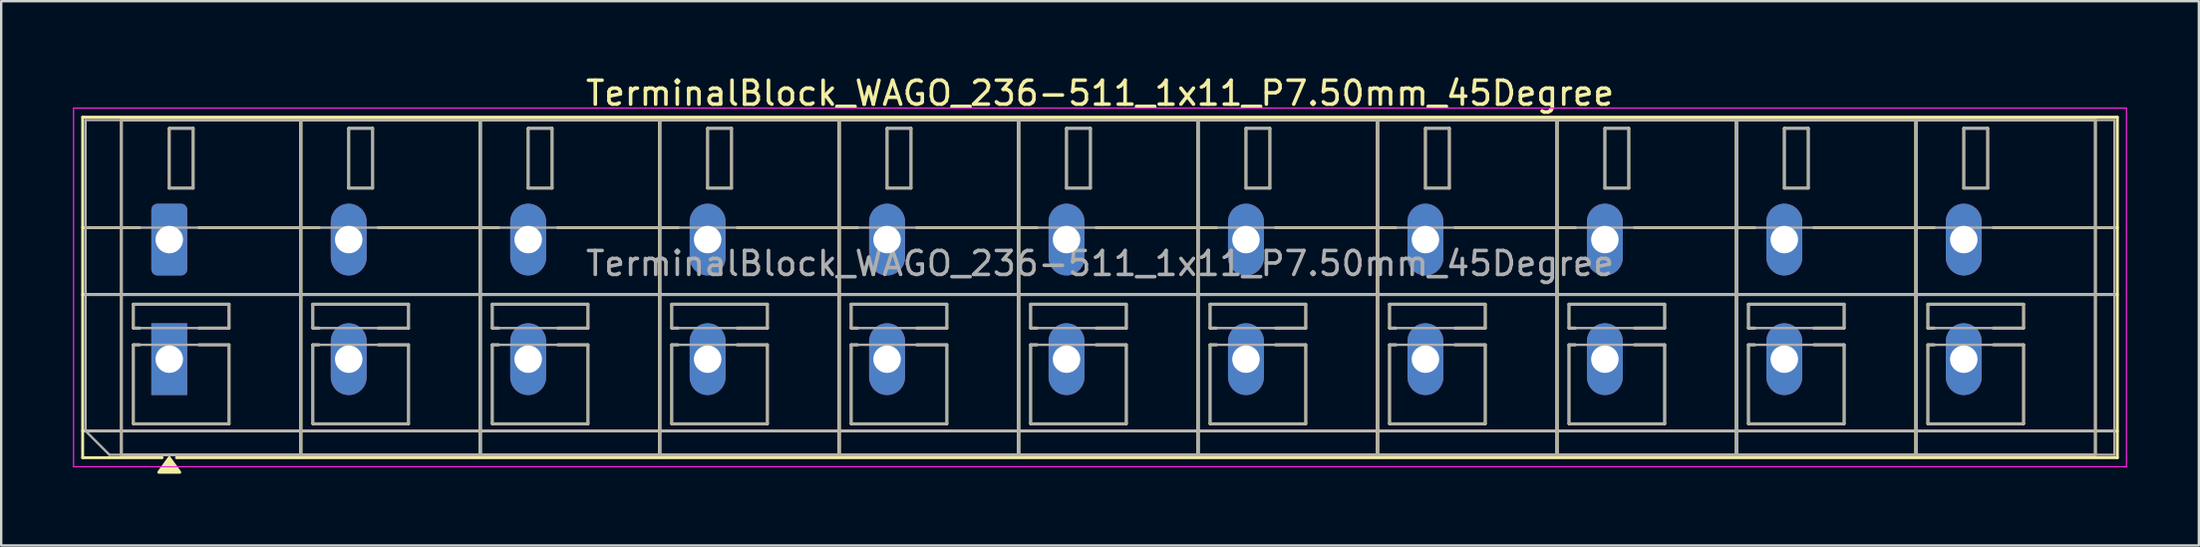
<source format=kicad_pcb>
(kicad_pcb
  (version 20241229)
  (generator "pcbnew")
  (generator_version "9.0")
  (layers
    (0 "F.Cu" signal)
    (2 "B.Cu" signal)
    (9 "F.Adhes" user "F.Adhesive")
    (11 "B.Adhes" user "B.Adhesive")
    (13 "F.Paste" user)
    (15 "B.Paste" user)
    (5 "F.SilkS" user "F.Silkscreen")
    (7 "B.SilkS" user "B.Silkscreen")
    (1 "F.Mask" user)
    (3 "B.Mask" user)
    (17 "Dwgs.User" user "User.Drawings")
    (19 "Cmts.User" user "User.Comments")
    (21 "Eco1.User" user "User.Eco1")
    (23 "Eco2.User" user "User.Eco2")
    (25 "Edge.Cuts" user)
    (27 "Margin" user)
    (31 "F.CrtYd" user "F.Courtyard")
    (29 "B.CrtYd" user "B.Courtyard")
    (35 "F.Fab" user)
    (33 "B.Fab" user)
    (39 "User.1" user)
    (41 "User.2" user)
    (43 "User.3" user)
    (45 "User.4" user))
  (footprint "TerminalBlock_WAGO_236-511_1x11_P7.50mm_45Degree"
    (layer "F.Cu")
    (at 4.025 6.968)
    (property "Reference" "TerminalBlock_WAGO_236-511_1x11_P7.50mm_45Degree" (at 38.9 -6.12 0) (layer "F.SilkS") (effects (font (size 1 1) (thickness 0.15))))
    (attr through_hole)
    (fp_line (start -3.62 -5.12) (end -3.62 9.12) (stroke (width 0.12) (type solid)) (layer "F.SilkS"))
    (fp_line (start -3.62 -5.12) (end 81.42 -5.12) (stroke (width 0.12) (type solid)) (layer "F.SilkS"))
    (fp_line (start -3.62 -0.5) (end -1.23 -0.5) (stroke (width 0.12) (type solid)) (layer "F.SilkS"))
    (fp_line (start -3.62 2.3) (end 81.42 2.3) (stroke (width 0.12) (type solid)) (layer "F.SilkS"))
    (fp_line (start -3.62 8) (end 81.42 8) (stroke (width 0.12) (type solid)) (layer "F.SilkS"))
    (fp_line (start -3.62 9.12) (end -0.3 9.12) (stroke (width 0.12) (type solid)) (layer "F.SilkS"))
    (fp_line (start -2 -5) (end -2 9) (stroke (width 0.12) (type solid)) (layer "F.SilkS"))
    (fp_line (start -2 -5) (end 5.5 -5) (stroke (width 0.12) (type solid)) (layer "F.SilkS"))
    (fp_line (start -2 9) (end 5.5 9) (stroke (width 0.12) (type solid)) (layer "F.SilkS"))
    (fp_line (start -1.5 2.7) (end -1.5 3.7) (stroke (width 0.12) (type solid)) (layer "F.SilkS"))
    (fp_line (start -1.5 2.7) (end 2.5 2.7) (stroke (width 0.12) (type solid)) (layer "F.SilkS"))
    (fp_line (start -1.5 3.7) (end -1.23 3.7) (stroke (width 0.12) (type solid)) (layer "F.SilkS"))
    (fp_line (start -1.5 4.4) (end -1.5 7.7) (stroke (width 0.12) (type solid)) (layer "F.SilkS"))
    (fp_line (start -1.5 4.4) (end -1.23 4.4) (stroke (width 0.12) (type solid)) (layer "F.SilkS"))
    (fp_line (start -1.5 7.7) (end 2.5 7.7) (stroke (width 0.12) (type solid)) (layer "F.SilkS"))
    (fp_line (start 0 -4.65) (end 0 -2.15) (stroke (width 0.12) (type solid)) (layer "F.SilkS"))
    (fp_line (start 0 -4.65) (end 1 -4.65) (stroke (width 0.12) (type solid)) (layer "F.SilkS"))
    (fp_line (start 0 -2.15) (end 1 -2.15) (stroke (width 0.12) (type solid)) (layer "F.SilkS"))
    (fp_line (start 0.3 9.12) (end 81.42 9.12) (stroke (width 0.12) (type solid)) (layer "F.SilkS"))
    (fp_line (start 1 -4.65) (end 1 -2.15) (stroke (width 0.12) (type solid)) (layer "F.SilkS"))
    (fp_line (start 1.23 -0.5) (end 6.27 -0.5) (stroke (width 0.12) (type solid)) (layer "F.SilkS"))
    (fp_line (start 1.23 3.7) (end 2.5 3.7) (stroke (width 0.12) (type solid)) (layer "F.SilkS"))
    (fp_line (start 1.23 4.4) (end 2.5 4.4) (stroke (width 0.12) (type solid)) (layer "F.SilkS"))
    (fp_line (start 2.5 2.7) (end 2.5 3.7) (stroke (width 0.12) (type solid)) (layer "F.SilkS"))
    (fp_line (start 2.5 4.4) (end 2.5 7.7) (stroke (width 0.12) (type solid)) (layer "F.SilkS"))
    (fp_line (start 5.5 -5) (end 5.5 9) (stroke (width 0.12) (type solid)) (layer "F.SilkS"))
    (fp_line (start 5.5 -5) (end 5.5 9) (stroke (width 0.12) (type solid)) (layer "F.SilkS"))
    (fp_line (start 5.5 -5) (end 13 -5) (stroke (width 0.12) (type solid)) (layer "F.SilkS"))
    (fp_line (start 5.5 9) (end 13 9) (stroke (width 0.12) (type solid)) (layer "F.SilkS"))
    (fp_line (start 6 2.7) (end 6 3.7) (stroke (width 0.12) (type solid)) (layer "F.SilkS"))
    (fp_line (start 6 2.7) (end 10 2.7) (stroke (width 0.12) (type solid)) (layer "F.SilkS"))
    (fp_line (start 6 3.7) (end 6.27 3.7) (stroke (width 0.12) (type solid)) (layer "F.SilkS"))
    (fp_line (start 6 4.4) (end 6 7.7) (stroke (width 0.12) (type solid)) (layer "F.SilkS"))
    (fp_line (start 6 4.4) (end 6.27 4.4) (stroke (width 0.12) (type solid)) (layer "F.SilkS"))
    (fp_line (start 6 7.7) (end 10 7.7) (stroke (width 0.12) (type solid)) (layer "F.SilkS"))
    (fp_line (start 7.5 -4.65) (end 7.5 -2.15) (stroke (width 0.12) (type solid)) (layer "F.SilkS"))
    (fp_line (start 7.5 -4.65) (end 8.5 -4.65) (stroke (width 0.12) (type solid)) (layer "F.SilkS"))
    (fp_line (start 7.5 -2.15) (end 8.5 -2.15) (stroke (width 0.12) (type solid)) (layer "F.SilkS"))
    (fp_line (start 8.5 -4.65) (end 8.5 -2.15) (stroke (width 0.12) (type solid)) (layer "F.SilkS"))
    (fp_line (start 8.73 -0.5) (end 13.77 -0.5) (stroke (width 0.12) (type solid)) (layer "F.SilkS"))
    (fp_line (start 8.73 3.7) (end 10 3.7) (stroke (width 0.12) (type solid)) (layer "F.SilkS"))
    (fp_line (start 8.73 4.4) (end 10 4.4) (stroke (width 0.12) (type solid)) (layer "F.SilkS"))
    (fp_line (start 10 2.7) (end 10 3.7) (stroke (width 0.12) (type solid)) (layer "F.SilkS"))
    (fp_line (start 10 4.4) (end 10 7.7) (stroke (width 0.12) (type solid)) (layer "F.SilkS"))
    (fp_line (start 13 -5) (end 13 9) (stroke (width 0.12) (type solid)) (layer "F.SilkS"))
    (fp_line (start 13 -5) (end 13 9) (stroke (width 0.12) (type solid)) (layer "F.SilkS"))
    (fp_line (start 13 -5) (end 20.5 -5) (stroke (width 0.12) (type solid)) (layer "F.SilkS"))
    (fp_line (start 13 9) (end 20.5 9) (stroke (width 0.12) (type solid)) (layer "F.SilkS"))
    (fp_line (start 13.5 2.7) (end 13.5 3.7) (stroke (width 0.12) (type solid)) (layer "F.SilkS"))
    (fp_line (start 13.5 2.7) (end 17.5 2.7) (stroke (width 0.12) (type solid)) (layer "F.SilkS"))
    (fp_line (start 13.5 3.7) (end 13.77 3.7) (stroke (width 0.12) (type solid)) (layer "F.SilkS"))
    (fp_line (start 13.5 4.4) (end 13.5 7.7) (stroke (width 0.12) (type solid)) (layer "F.SilkS"))
    (fp_line (start 13.5 4.4) (end 13.77 4.4) (stroke (width 0.12) (type solid)) (layer "F.SilkS"))
    (fp_line (start 13.5 7.7) (end 17.5 7.7) (stroke (width 0.12) (type solid)) (layer "F.SilkS"))
    (fp_line (start 15 -4.65) (end 15 -2.15) (stroke (width 0.12) (type solid)) (layer "F.SilkS"))
    (fp_line (start 15 -4.65) (end 16 -4.65) (stroke (width 0.12) (type solid)) (layer "F.SilkS"))
    (fp_line (start 15 -2.15) (end 16 -2.15) (stroke (width 0.12) (type solid)) (layer "F.SilkS"))
    (fp_line (start 16 -4.65) (end 16 -2.15) (stroke (width 0.12) (type solid)) (layer "F.SilkS"))
    (fp_line (start 16.23 -0.5) (end 21.27 -0.5) (stroke (width 0.12) (type solid)) (layer "F.SilkS"))
    (fp_line (start 16.23 3.7) (end 17.5 3.7) (stroke (width 0.12) (type solid)) (layer "F.SilkS"))
    (fp_line (start 16.23 4.4) (end 17.5 4.4) (stroke (width 0.12) (type solid)) (layer "F.SilkS"))
    (fp_line (start 17.5 2.7) (end 17.5 3.7) (stroke (width 0.12) (type solid)) (layer "F.SilkS"))
    (fp_line (start 17.5 4.4) (end 17.5 7.7) (stroke (width 0.12) (type solid)) (layer "F.SilkS"))
    (fp_line (start 20.5 -5) (end 20.5 9) (stroke (width 0.12) (type solid)) (layer "F.SilkS"))
    (fp_line (start 20.5 -5) (end 20.5 9) (stroke (width 0.12) (type solid)) (layer "F.SilkS"))
    (fp_line (start 20.5 -5) (end 28 -5) (stroke (width 0.12) (type solid)) (layer "F.SilkS"))
    (fp_line (start 20.5 9) (end 28 9) (stroke (width 0.12) (type solid)) (layer "F.SilkS"))
    (fp_line (start 21 2.7) (end 21 3.7) (stroke (width 0.12) (type solid)) (layer "F.SilkS"))
    (fp_line (start 21 2.7) (end 25 2.7) (stroke (width 0.12) (type solid)) (layer "F.SilkS"))
    (fp_line (start 21 3.7) (end 21.27 3.7) (stroke (width 0.12) (type solid)) (layer "F.SilkS"))
    (fp_line (start 21 4.4) (end 21 7.7) (stroke (width 0.12) (type solid)) (layer "F.SilkS"))
    (fp_line (start 21 4.4) (end 21.27 4.4) (stroke (width 0.12) (type solid)) (layer "F.SilkS"))
    (fp_line (start 21 7.7) (end 25 7.7) (stroke (width 0.12) (type solid)) (layer "F.SilkS"))
    (fp_line (start 22.5 -4.65) (end 22.5 -2.15) (stroke (width 0.12) (type solid)) (layer "F.SilkS"))
    (fp_line (start 22.5 -4.65) (end 23.5 -4.65) (stroke (width 0.12) (type solid)) (layer "F.SilkS"))
    (fp_line (start 22.5 -2.15) (end 23.5 -2.15) (stroke (width 0.12) (type solid)) (layer "F.SilkS"))
    (fp_line (start 23.5 -4.65) (end 23.5 -2.15) (stroke (width 0.12) (type solid)) (layer "F.SilkS"))
    (fp_line (start 23.73 -0.5) (end 28.77 -0.5) (stroke (width 0.12) (type solid)) (layer "F.SilkS"))
    (fp_line (start 23.73 3.7) (end 25 3.7) (stroke (width 0.12) (type solid)) (layer "F.SilkS"))
    (fp_line (start 23.73 4.4) (end 25 4.4) (stroke (width 0.12) (type solid)) (layer "F.SilkS"))
    (fp_line (start 25 2.7) (end 25 3.7) (stroke (width 0.12) (type solid)) (layer "F.SilkS"))
    (fp_line (start 25 4.4) (end 25 7.7) (stroke (width 0.12) (type solid)) (layer "F.SilkS"))
    (fp_line (start 28 -5) (end 28 9) (stroke (width 0.12) (type solid)) (layer "F.SilkS"))
    (fp_line (start 28 -5) (end 28 9) (stroke (width 0.12) (type solid)) (layer "F.SilkS"))
    (fp_line (start 28 -5) (end 35.5 -5) (stroke (width 0.12) (type solid)) (layer "F.SilkS"))
    (fp_line (start 28 9) (end 35.5 9) (stroke (width 0.12) (type solid)) (layer "F.SilkS"))
    (fp_line (start 28.5 2.7) (end 28.5 3.7) (stroke (width 0.12) (type solid)) (layer "F.SilkS"))
    (fp_line (start 28.5 2.7) (end 32.5 2.7) (stroke (width 0.12) (type solid)) (layer "F.SilkS"))
    (fp_line (start 28.5 3.7) (end 28.77 3.7) (stroke (width 0.12) (type solid)) (layer "F.SilkS"))
    (fp_line (start 28.5 4.4) (end 28.5 7.7) (stroke (width 0.12) (type solid)) (layer "F.SilkS"))
    (fp_line (start 28.5 4.4) (end 28.77 4.4) (stroke (width 0.12) (type solid)) (layer "F.SilkS"))
    (fp_line (start 28.5 7.7) (end 32.5 7.7) (stroke (width 0.12) (type solid)) (layer "F.SilkS"))
    (fp_line (start 30 -4.65) (end 30 -2.15) (stroke (width 0.12) (type solid)) (layer "F.SilkS"))
    (fp_line (start 30 -4.65) (end 31 -4.65) (stroke (width 0.12) (type solid)) (layer "F.SilkS"))
    (fp_line (start 30 -2.15) (end 31 -2.15) (stroke (width 0.12) (type solid)) (layer "F.SilkS"))
    (fp_line (start 31 -4.65) (end 31 -2.15) (stroke (width 0.12) (type solid)) (layer "F.SilkS"))
    (fp_line (start 31.23 -0.5) (end 36.27 -0.5) (stroke (width 0.12) (type solid)) (layer "F.SilkS"))
    (fp_line (start 31.23 3.7) (end 32.5 3.7) (stroke (width 0.12) (type solid)) (layer "F.SilkS"))
    (fp_line (start 31.23 4.4) (end 32.5 4.4) (stroke (width 0.12) (type solid)) (layer "F.SilkS"))
    (fp_line (start 32.5 2.7) (end 32.5 3.7) (stroke (width 0.12) (type solid)) (layer "F.SilkS"))
    (fp_line (start 32.5 4.4) (end 32.5 7.7) (stroke (width 0.12) (type solid)) (layer "F.SilkS"))
    (fp_line (start 35.5 -5) (end 35.5 9) (stroke (width 0.12) (type solid)) (layer "F.SilkS"))
    (fp_line (start 35.5 -5) (end 35.5 9) (stroke (width 0.12) (type solid)) (layer "F.SilkS"))
    (fp_line (start 35.5 -5) (end 43 -5) (stroke (width 0.12) (type solid)) (layer "F.SilkS"))
    (fp_line (start 35.5 9) (end 43 9) (stroke (width 0.12) (type solid)) (layer "F.SilkS"))
    (fp_line (start 36 2.7) (end 36 3.7) (stroke (width 0.12) (type solid)) (layer "F.SilkS"))
    (fp_line (start 36 2.7) (end 40 2.7) (stroke (width 0.12) (type solid)) (layer "F.SilkS"))
    (fp_line (start 36 3.7) (end 36.27 3.7) (stroke (width 0.12) (type solid)) (layer "F.SilkS"))
    (fp_line (start 36 4.4) (end 36 7.7) (stroke (width 0.12) (type solid)) (layer "F.SilkS"))
    (fp_line (start 36 4.4) (end 36.27 4.4) (stroke (width 0.12) (type solid)) (layer "F.SilkS"))
    (fp_line (start 36 7.7) (end 40 7.7) (stroke (width 0.12) (type solid)) (layer "F.SilkS"))
    (fp_line (start 37.5 -4.65) (end 37.5 -2.15) (stroke (width 0.12) (type solid)) (layer "F.SilkS"))
    (fp_line (start 37.5 -4.65) (end 38.5 -4.65) (stroke (width 0.12) (type solid)) (layer "F.SilkS"))
    (fp_line (start 37.5 -2.15) (end 38.5 -2.15) (stroke (width 0.12) (type solid)) (layer "F.SilkS"))
    (fp_line (start 38.5 -4.65) (end 38.5 -2.15) (stroke (width 0.12) (type solid)) (layer "F.SilkS"))
    (fp_line (start 38.73 -0.5) (end 43.77 -0.5) (stroke (width 0.12) (type solid)) (layer "F.SilkS"))
    (fp_line (start 38.73 3.7) (end 40 3.7) (stroke (width 0.12) (type solid)) (layer "F.SilkS"))
    (fp_line (start 38.73 4.4) (end 40 4.4) (stroke (width 0.12) (type solid)) (layer "F.SilkS"))
    (fp_line (start 40 2.7) (end 40 3.7) (stroke (width 0.12) (type solid)) (layer "F.SilkS"))
    (fp_line (start 40 4.4) (end 40 7.7) (stroke (width 0.12) (type solid)) (layer "F.SilkS"))
    (fp_line (start 43 -5) (end 43 9) (stroke (width 0.12) (type solid)) (layer "F.SilkS"))
    (fp_line (start 43 -5) (end 43 9) (stroke (width 0.12) (type solid)) (layer "F.SilkS"))
    (fp_line (start 43 -5) (end 50.5 -5) (stroke (width 0.12) (type solid)) (layer "F.SilkS"))
    (fp_line (start 43 9) (end 50.5 9) (stroke (width 0.12) (type solid)) (layer "F.SilkS"))
    (fp_line (start 43.5 2.7) (end 43.5 3.7) (stroke (width 0.12) (type solid)) (layer "F.SilkS"))
    (fp_line (start 43.5 2.7) (end 47.5 2.7) (stroke (width 0.12) (type solid)) (layer "F.SilkS"))
    (fp_line (start 43.5 3.7) (end 43.77 3.7) (stroke (width 0.12) (type solid)) (layer "F.SilkS"))
    (fp_line (start 43.5 4.4) (end 43.5 7.7) (stroke (width 0.12) (type solid)) (layer "F.SilkS"))
    (fp_line (start 43.5 4.4) (end 43.77 4.4) (stroke (width 0.12) (type solid)) (layer "F.SilkS"))
    (fp_line (start 43.5 7.7) (end 47.5 7.7) (stroke (width 0.12) (type solid)) (layer "F.SilkS"))
    (fp_line (start 45 -4.65) (end 45 -2.15) (stroke (width 0.12) (type solid)) (layer "F.SilkS"))
    (fp_line (start 45 -4.65) (end 46 -4.65) (stroke (width 0.12) (type solid)) (layer "F.SilkS"))
    (fp_line (start 45 -2.15) (end 46 -2.15) (stroke (width 0.12) (type solid)) (layer "F.SilkS"))
    (fp_line (start 46 -4.65) (end 46 -2.15) (stroke (width 0.12) (type solid)) (layer "F.SilkS"))
    (fp_line (start 46.23 -0.5) (end 51.27 -0.5) (stroke (width 0.12) (type solid)) (layer "F.SilkS"))
    (fp_line (start 46.23 3.7) (end 47.5 3.7) (stroke (width 0.12) (type solid)) (layer "F.SilkS"))
    (fp_line (start 46.23 4.4) (end 47.5 4.4) (stroke (width 0.12) (type solid)) (layer "F.SilkS"))
    (fp_line (start 47.5 2.7) (end 47.5 3.7) (stroke (width 0.12) (type solid)) (layer "F.SilkS"))
    (fp_line (start 47.5 4.4) (end 47.5 7.7) (stroke (width 0.12) (type solid)) (layer "F.SilkS"))
    (fp_line (start 50.5 -5) (end 50.5 9) (stroke (width 0.12) (type solid)) (layer "F.SilkS"))
    (fp_line (start 50.5 -5) (end 50.5 9) (stroke (width 0.12) (type solid)) (layer "F.SilkS"))
    (fp_line (start 50.5 -5) (end 58 -5) (stroke (width 0.12) (type solid)) (layer "F.SilkS"))
    (fp_line (start 50.5 9) (end 58 9) (stroke (width 0.12) (type solid)) (layer "F.SilkS"))
    (fp_line (start 51 2.7) (end 51 3.7) (stroke (width 0.12) (type solid)) (layer "F.SilkS"))
    (fp_line (start 51 2.7) (end 55 2.7) (stroke (width 0.12) (type solid)) (layer "F.SilkS"))
    (fp_line (start 51 3.7) (end 51.27 3.7) (stroke (width 0.12) (type solid)) (layer "F.SilkS"))
    (fp_line (start 51 4.4) (end 51 7.7) (stroke (width 0.12) (type solid)) (layer "F.SilkS"))
    (fp_line (start 51 4.4) (end 51.27 4.4) (stroke (width 0.12) (type solid)) (layer "F.SilkS"))
    (fp_line (start 51 7.7) (end 55 7.7) (stroke (width 0.12) (type solid)) (layer "F.SilkS"))
    (fp_line (start 52.5 -4.65) (end 52.5 -2.15) (stroke (width 0.12) (type solid)) (layer "F.SilkS"))
    (fp_line (start 52.5 -4.65) (end 53.5 -4.65) (stroke (width 0.12) (type solid)) (layer "F.SilkS"))
    (fp_line (start 52.5 -2.15) (end 53.5 -2.15) (stroke (width 0.12) (type solid)) (layer "F.SilkS"))
    (fp_line (start 53.5 -4.65) (end 53.5 -2.15) (stroke (width 0.12) (type solid)) (layer "F.SilkS"))
    (fp_line (start 53.73 -0.5) (end 58.77 -0.5) (stroke (width 0.12) (type solid)) (layer "F.SilkS"))
    (fp_line (start 53.73 3.7) (end 55 3.7) (stroke (width 0.12) (type solid)) (layer "F.SilkS"))
    (fp_line (start 53.73 4.4) (end 55 4.4) (stroke (width 0.12) (type solid)) (layer "F.SilkS"))
    (fp_line (start 55 2.7) (end 55 3.7) (stroke (width 0.12) (type solid)) (layer "F.SilkS"))
    (fp_line (start 55 4.4) (end 55 7.7) (stroke (width 0.12) (type solid)) (layer "F.SilkS"))
    (fp_line (start 58 -5) (end 58 9) (stroke (width 0.12) (type solid)) (layer "F.SilkS"))
    (fp_line (start 58 -5) (end 58 9) (stroke (width 0.12) (type solid)) (layer "F.SilkS"))
    (fp_line (start 58 -5) (end 65.5 -5) (stroke (width 0.12) (type solid)) (layer "F.SilkS"))
    (fp_line (start 58 9) (end 65.5 9) (stroke (width 0.12) (type solid)) (layer "F.SilkS"))
    (fp_line (start 58.5 2.7) (end 58.5 3.7) (stroke (width 0.12) (type solid)) (layer "F.SilkS"))
    (fp_line (start 58.5 2.7) (end 62.5 2.7) (stroke (width 0.12) (type solid)) (layer "F.SilkS"))
    (fp_line (start 58.5 3.7) (end 58.77 3.7) (stroke (width 0.12) (type solid)) (layer "F.SilkS"))
    (fp_line (start 58.5 4.4) (end 58.5 7.7) (stroke (width 0.12) (type solid)) (layer "F.SilkS"))
    (fp_line (start 58.5 4.4) (end 58.77 4.4) (stroke (width 0.12) (type solid)) (layer "F.SilkS"))
    (fp_line (start 58.5 7.7) (end 62.5 7.7) (stroke (width 0.12) (type solid)) (layer "F.SilkS"))
    (fp_line (start 60 -4.65) (end 60 -2.15) (stroke (width 0.12) (type solid)) (layer "F.SilkS"))
    (fp_line (start 60 -4.65) (end 61 -4.65) (stroke (width 0.12) (type solid)) (layer "F.SilkS"))
    (fp_line (start 60 -2.15) (end 61 -2.15) (stroke (width 0.12) (type solid)) (layer "F.SilkS"))
    (fp_line (start 61 -4.65) (end 61 -2.15) (stroke (width 0.12) (type solid)) (layer "F.SilkS"))
    (fp_line (start 61.23 -0.5) (end 66.27 -0.5) (stroke (width 0.12) (type solid)) (layer "F.SilkS"))
    (fp_line (start 61.23 3.7) (end 62.5 3.7) (stroke (width 0.12) (type solid)) (layer "F.SilkS"))
    (fp_line (start 61.23 4.4) (end 62.5 4.4) (stroke (width 0.12) (type solid)) (layer "F.SilkS"))
    (fp_line (start 62.5 2.7) (end 62.5 3.7) (stroke (width 0.12) (type solid)) (layer "F.SilkS"))
    (fp_line (start 62.5 4.4) (end 62.5 7.7) (stroke (width 0.12) (type solid)) (layer "F.SilkS"))
    (fp_line (start 65.5 -5) (end 65.5 9) (stroke (width 0.12) (type solid)) (layer "F.SilkS"))
    (fp_line (start 65.5 -5) (end 65.5 9) (stroke (width 0.12) (type solid)) (layer "F.SilkS"))
    (fp_line (start 65.5 -5) (end 73 -5) (stroke (width 0.12) (type solid)) (layer "F.SilkS"))
    (fp_line (start 65.5 9) (end 73 9) (stroke (width 0.12) (type solid)) (layer "F.SilkS"))
    (fp_line (start 66 2.7) (end 66 3.7) (stroke (width 0.12) (type solid)) (layer "F.SilkS"))
    (fp_line (start 66 2.7) (end 70 2.7) (stroke (width 0.12) (type solid)) (layer "F.SilkS"))
    (fp_line (start 66 3.7) (end 66.27 3.7) (stroke (width 0.12) (type solid)) (layer "F.SilkS"))
    (fp_line (start 66 4.4) (end 66 7.7) (stroke (width 0.12) (type solid)) (layer "F.SilkS"))
    (fp_line (start 66 4.4) (end 66.27 4.4) (stroke (width 0.12) (type solid)) (layer "F.SilkS"))
    (fp_line (start 66 7.7) (end 70 7.7) (stroke (width 0.12) (type solid)) (layer "F.SilkS"))
    (fp_line (start 67.5 -4.65) (end 67.5 -2.15) (stroke (width 0.12) (type solid)) (layer "F.SilkS"))
    (fp_line (start 67.5 -4.65) (end 68.5 -4.65) (stroke (width 0.12) (type solid)) (layer "F.SilkS"))
    (fp_line (start 67.5 -2.15) (end 68.5 -2.15) (stroke (width 0.12) (type solid)) (layer "F.SilkS"))
    (fp_line (start 68.5 -4.65) (end 68.5 -2.15) (stroke (width 0.12) (type solid)) (layer "F.SilkS"))
    (fp_line (start 68.73 -0.5) (end 73.77 -0.5) (stroke (width 0.12) (type solid)) (layer "F.SilkS"))
    (fp_line (start 68.73 3.7) (end 70 3.7) (stroke (width 0.12) (type solid)) (layer "F.SilkS"))
    (fp_line (start 68.73 4.4) (end 70 4.4) (stroke (width 0.12) (type solid)) (layer "F.SilkS"))
    (fp_line (start 70 2.7) (end 70 3.7) (stroke (width 0.12) (type solid)) (layer "F.SilkS"))
    (fp_line (start 70 4.4) (end 70 7.7) (stroke (width 0.12) (type solid)) (layer "F.SilkS"))
    (fp_line (start 73 -5) (end 73 9) (stroke (width 0.12) (type solid)) (layer "F.SilkS"))
    (fp_line (start 73 -5) (end 73 9) (stroke (width 0.12) (type solid)) (layer "F.SilkS"))
    (fp_line (start 73 -5) (end 80.5 -5) (stroke (width 0.12) (type solid)) (layer "F.SilkS"))
    (fp_line (start 73 9) (end 80.5 9) (stroke (width 0.12) (type solid)) (layer "F.SilkS"))
    (fp_line (start 73.5 2.7) (end 73.5 3.7) (stroke (width 0.12) (type solid)) (layer "F.SilkS"))
    (fp_line (start 73.5 2.7) (end 77.5 2.7) (stroke (width 0.12) (type solid)) (layer "F.SilkS"))
    (fp_line (start 73.5 3.7) (end 73.77 3.7) (stroke (width 0.12) (type solid)) (layer "F.SilkS"))
    (fp_line (start 73.5 4.4) (end 73.5 7.7) (stroke (width 0.12) (type solid)) (layer "F.SilkS"))
    (fp_line (start 73.5 4.4) (end 73.77 4.4) (stroke (width 0.12) (type solid)) (layer "F.SilkS"))
    (fp_line (start 73.5 7.7) (end 77.5 7.7) (stroke (width 0.12) (type solid)) (layer "F.SilkS"))
    (fp_line (start 75 -4.65) (end 75 -2.15) (stroke (width 0.12) (type solid)) (layer "F.SilkS"))
    (fp_line (start 75 -4.65) (end 76 -4.65) (stroke (width 0.12) (type solid)) (layer "F.SilkS"))
    (fp_line (start 75 -2.15) (end 76 -2.15) (stroke (width 0.12) (type solid)) (layer "F.SilkS"))
    (fp_line (start 76 -4.65) (end 76 -2.15) (stroke (width 0.12) (type solid)) (layer "F.SilkS"))
    (fp_line (start 76.23 -0.5) (end 81.42 -0.5) (stroke (width 0.12) (type solid)) (layer "F.SilkS"))
    (fp_line (start 76.23 3.7) (end 77.5 3.7) (stroke (width 0.12) (type solid)) (layer "F.SilkS"))
    (fp_line (start 76.23 4.4) (end 77.5 4.4) (stroke (width 0.12) (type solid)) (layer "F.SilkS"))
    (fp_line (start 77.5 2.7) (end 77.5 3.7) (stroke (width 0.12) (type solid)) (layer "F.SilkS"))
    (fp_line (start 77.5 4.4) (end 77.5 7.7) (stroke (width 0.12) (type solid)) (layer "F.SilkS"))
    (fp_line (start 80.5 -5) (end 80.5 9) (stroke (width 0.12) (type solid)) (layer "F.SilkS"))
    (fp_line (start 81.42 -5.12) (end 81.42 9.12) (stroke (width 0.12) (type solid)) (layer "F.SilkS"))
    (fp_poly (pts (xy 0 9.12) (xy 0.44 9.73) (xy -0.44 9.73)) (stroke (width 0.12) (type solid)) (fill yes) (layer "F.SilkS"))
    (fp_line (start -4 -5.5) (end -4 9.5) (stroke (width 0.05) (type solid)) (layer "F.CrtYd"))
    (fp_line (start -4 9.5) (end 81.8 9.5) (stroke (width 0.05) (type solid)) (layer "F.CrtYd"))
    (fp_line (start 81.8 -5.5) (end -4 -5.5) (stroke (width 0.05) (type solid)) (layer "F.CrtYd"))
    (fp_line (start 81.8 9.5) (end 81.8 -5.5) (stroke (width 0.05) (type solid)) (layer "F.CrtYd"))
    (fp_line (start -3.5 -5) (end 81.3 -5) (stroke (width 0.1) (type solid)) (layer "F.Fab"))
    (fp_line (start -3.5 -0.5) (end 81.3 -0.5) (stroke (width 0.1) (type solid)) (layer "F.Fab"))
    (fp_line (start -3.5 2.3) (end 81.3 2.3) (stroke (width 0.1) (type solid)) (layer "F.Fab"))
    (fp_line (start -3.5 8) (end -3.5 -5) (stroke (width 0.1) (type solid)) (layer "F.Fab"))
    (fp_line (start -3.5 8) (end 81.3 8) (stroke (width 0.1) (type solid)) (layer "F.Fab"))
    (fp_line (start -2.5 9) (end -3.5 8) (stroke (width 0.1) (type solid)) (layer "F.Fab"))
    (fp_line (start -2 -5) (end -2 9) (stroke (width 0.1) (type solid)) (layer "F.Fab"))
    (fp_line (start -2 9) (end 5.5 9) (stroke (width 0.1) (type solid)) (layer "F.Fab"))
    (fp_line (start -1.5 2.7) (end -1.5 3.7) (stroke (width 0.1) (type solid)) (layer "F.Fab"))
    (fp_line (start -1.5 3.7) (end 2.5 3.7) (stroke (width 0.1) (type solid)) (layer "F.Fab"))
    (fp_line (start -1.5 4.4) (end -1.5 7.7) (stroke (width 0.1) (type solid)) (layer "F.Fab"))
    (fp_line (start -1.5 7.7) (end 2.5 7.7) (stroke (width 0.1) (type solid)) (layer "F.Fab"))
    (fp_line (start 0 -4.65) (end 0 -2.15) (stroke (width 0.1) (type solid)) (layer "F.Fab"))
    (fp_line (start 0 -2.15) (end 1 -2.15) (stroke (width 0.1) (type solid)) (layer "F.Fab"))
    (fp_line (start 1 -4.65) (end 0 -4.65) (stroke (width 0.1) (type solid)) (layer "F.Fab"))
    (fp_line (start 1 -2.15) (end 1 -4.65) (stroke (width 0.1) (type solid)) (layer "F.Fab"))
    (fp_line (start 2.5 2.7) (end -1.5 2.7) (stroke (width 0.1) (type solid)) (layer "F.Fab"))
    (fp_line (start 2.5 3.7) (end 2.5 2.7) (stroke (width 0.1) (type solid)) (layer "F.Fab"))
    (fp_line (start 2.5 4.4) (end -1.5 4.4) (stroke (width 0.1) (type solid)) (layer "F.Fab"))
    (fp_line (start 2.5 7.7) (end 2.5 4.4) (stroke (width 0.1) (type solid)) (layer "F.Fab"))
    (fp_line (start 5.5 -5) (end -2 -5) (stroke (width 0.1) (type solid)) (layer "F.Fab"))
    (fp_line (start 5.5 -5) (end 5.5 9) (stroke (width 0.1) (type solid)) (layer "F.Fab"))
    (fp_line (start 5.5 9) (end 5.5 -5) (stroke (width 0.1) (type solid)) (layer "F.Fab"))
    (fp_line (start 5.5 9) (end 13 9) (stroke (width 0.1) (type solid)) (layer "F.Fab"))
    (fp_line (start 6 2.7) (end 6 3.7) (stroke (width 0.1) (type solid)) (layer "F.Fab"))
    (fp_line (start 6 3.7) (end 10 3.7) (stroke (width 0.1) (type solid)) (layer "F.Fab"))
    (fp_line (start 6 4.4) (end 6 7.7) (stroke (width 0.1) (type solid)) (layer "F.Fab"))
    (fp_line (start 6 7.7) (end 10 7.7) (stroke (width 0.1) (type solid)) (layer "F.Fab"))
    (fp_line (start 7.5 -4.65) (end 7.5 -2.15) (stroke (width 0.1) (type solid)) (layer "F.Fab"))
    (fp_line (start 7.5 -2.15) (end 8.5 -2.15) (stroke (width 0.1) (type solid)) (layer "F.Fab"))
    (fp_line (start 8.5 -4.65) (end 7.5 -4.65) (stroke (width 0.1) (type solid)) (layer "F.Fab"))
    (fp_line (start 8.5 -2.15) (end 8.5 -4.65) (stroke (width 0.1) (type solid)) (layer "F.Fab"))
    (fp_line (start 10 2.7) (end 6 2.7) (stroke (width 0.1) (type solid)) (layer "F.Fab"))
    (fp_line (start 10 3.7) (end 10 2.7) (stroke (width 0.1) (type solid)) (layer "F.Fab"))
    (fp_line (start 10 4.4) (end 6 4.4) (stroke (width 0.1) (type solid)) (layer "F.Fab"))
    (fp_line (start 10 7.7) (end 10 4.4) (stroke (width 0.1) (type solid)) (layer "F.Fab"))
    (fp_line (start 13 -5) (end 5.5 -5) (stroke (width 0.1) (type solid)) (layer "F.Fab"))
    (fp_line (start 13 -5) (end 13 9) (stroke (width 0.1) (type solid)) (layer "F.Fab"))
    (fp_line (start 13 9) (end 13 -5) (stroke (width 0.1) (type solid)) (layer "F.Fab"))
    (fp_line (start 13 9) (end 20.5 9) (stroke (width 0.1) (type solid)) (layer "F.Fab"))
    (fp_line (start 13.5 2.7) (end 13.5 3.7) (stroke (width 0.1) (type solid)) (layer "F.Fab"))
    (fp_line (start 13.5 3.7) (end 17.5 3.7) (stroke (width 0.1) (type solid)) (layer "F.Fab"))
    (fp_line (start 13.5 4.4) (end 13.5 7.7) (stroke (width 0.1) (type solid)) (layer "F.Fab"))
    (fp_line (start 13.5 7.7) (end 17.5 7.7) (stroke (width 0.1) (type solid)) (layer "F.Fab"))
    (fp_line (start 15 -4.65) (end 15 -2.15) (stroke (width 0.1) (type solid)) (layer "F.Fab"))
    (fp_line (start 15 -2.15) (end 16 -2.15) (stroke (width 0.1) (type solid)) (layer "F.Fab"))
    (fp_line (start 16 -4.65) (end 15 -4.65) (stroke (width 0.1) (type solid)) (layer "F.Fab"))
    (fp_line (start 16 -2.15) (end 16 -4.65) (stroke (width 0.1) (type solid)) (layer "F.Fab"))
    (fp_line (start 17.5 2.7) (end 13.5 2.7) (stroke (width 0.1) (type solid)) (layer "F.Fab"))
    (fp_line (start 17.5 3.7) (end 17.5 2.7) (stroke (width 0.1) (type solid)) (layer "F.Fab"))
    (fp_line (start 17.5 4.4) (end 13.5 4.4) (stroke (width 0.1) (type solid)) (layer "F.Fab"))
    (fp_line (start 17.5 7.7) (end 17.5 4.4) (stroke (width 0.1) (type solid)) (layer "F.Fab"))
    (fp_line (start 20.5 -5) (end 13 -5) (stroke (width 0.1) (type solid)) (layer "F.Fab"))
    (fp_line (start 20.5 -5) (end 20.5 9) (stroke (width 0.1) (type solid)) (layer "F.Fab"))
    (fp_line (start 20.5 9) (end 20.5 -5) (stroke (width 0.1) (type solid)) (layer "F.Fab"))
    (fp_line (start 20.5 9) (end 28 9) (stroke (width 0.1) (type solid)) (layer "F.Fab"))
    (fp_line (start 21 2.7) (end 21 3.7) (stroke (width 0.1) (type solid)) (layer "F.Fab"))
    (fp_line (start 21 3.7) (end 25 3.7) (stroke (width 0.1) (type solid)) (layer "F.Fab"))
    (fp_line (start 21 4.4) (end 21 7.7) (stroke (width 0.1) (type solid)) (layer "F.Fab"))
    (fp_line (start 21 7.7) (end 25 7.7) (stroke (width 0.1) (type solid)) (layer "F.Fab"))
    (fp_line (start 22.5 -4.65) (end 22.5 -2.15) (stroke (width 0.1) (type solid)) (layer "F.Fab"))
    (fp_line (start 22.5 -2.15) (end 23.5 -2.15) (stroke (width 0.1) (type solid)) (layer "F.Fab"))
    (fp_line (start 23.5 -4.65) (end 22.5 -4.65) (stroke (width 0.1) (type solid)) (layer "F.Fab"))
    (fp_line (start 23.5 -2.15) (end 23.5 -4.65) (stroke (width 0.1) (type solid)) (layer "F.Fab"))
    (fp_line (start 25 2.7) (end 21 2.7) (stroke (width 0.1) (type solid)) (layer "F.Fab"))
    (fp_line (start 25 3.7) (end 25 2.7) (stroke (width 0.1) (type solid)) (layer "F.Fab"))
    (fp_line (start 25 4.4) (end 21 4.4) (stroke (width 0.1) (type solid)) (layer "F.Fab"))
    (fp_line (start 25 7.7) (end 25 4.4) (stroke (width 0.1) (type solid)) (layer "F.Fab"))
    (fp_line (start 28 -5) (end 20.5 -5) (stroke (width 0.1) (type solid)) (layer "F.Fab"))
    (fp_line (start 28 -5) (end 28 9) (stroke (width 0.1) (type solid)) (layer "F.Fab"))
    (fp_line (start 28 9) (end 28 -5) (stroke (width 0.1) (type solid)) (layer "F.Fab"))
    (fp_line (start 28 9) (end 35.5 9) (stroke (width 0.1) (type solid)) (layer "F.Fab"))
    (fp_line (start 28.5 2.7) (end 28.5 3.7) (stroke (width 0.1) (type solid)) (layer "F.Fab"))
    (fp_line (start 28.5 3.7) (end 32.5 3.7) (stroke (width 0.1) (type solid)) (layer "F.Fab"))
    (fp_line (start 28.5 4.4) (end 28.5 7.7) (stroke (width 0.1) (type solid)) (layer "F.Fab"))
    (fp_line (start 28.5 7.7) (end 32.5 7.7) (stroke (width 0.1) (type solid)) (layer "F.Fab"))
    (fp_line (start 30 -4.65) (end 30 -2.15) (stroke (width 0.1) (type solid)) (layer "F.Fab"))
    (fp_line (start 30 -2.15) (end 31 -2.15) (stroke (width 0.1) (type solid)) (layer "F.Fab"))
    (fp_line (start 31 -4.65) (end 30 -4.65) (stroke (width 0.1) (type solid)) (layer "F.Fab"))
    (fp_line (start 31 -2.15) (end 31 -4.65) (stroke (width 0.1) (type solid)) (layer "F.Fab"))
    (fp_line (start 32.5 2.7) (end 28.5 2.7) (stroke (width 0.1) (type solid)) (layer "F.Fab"))
    (fp_line (start 32.5 3.7) (end 32.5 2.7) (stroke (width 0.1) (type solid)) (layer "F.Fab"))
    (fp_line (start 32.5 4.4) (end 28.5 4.4) (stroke (width 0.1) (type solid)) (layer "F.Fab"))
    (fp_line (start 32.5 7.7) (end 32.5 4.4) (stroke (width 0.1) (type solid)) (layer "F.Fab"))
    (fp_line (start 35.5 -5) (end 28 -5) (stroke (width 0.1) (type solid)) (layer "F.Fab"))
    (fp_line (start 35.5 -5) (end 35.5 9) (stroke (width 0.1) (type solid)) (layer "F.Fab"))
    (fp_line (start 35.5 9) (end 35.5 -5) (stroke (width 0.1) (type solid)) (layer "F.Fab"))
    (fp_line (start 35.5 9) (end 43 9) (stroke (width 0.1) (type solid)) (layer "F.Fab"))
    (fp_line (start 36 2.7) (end 36 3.7) (stroke (width 0.1) (type solid)) (layer "F.Fab"))
    (fp_line (start 36 3.7) (end 40 3.7) (stroke (width 0.1) (type solid)) (layer "F.Fab"))
    (fp_line (start 36 4.4) (end 36 7.7) (stroke (width 0.1) (type solid)) (layer "F.Fab"))
    (fp_line (start 36 7.7) (end 40 7.7) (stroke (width 0.1) (type solid)) (layer "F.Fab"))
    (fp_line (start 37.5 -4.65) (end 37.5 -2.15) (stroke (width 0.1) (type solid)) (layer "F.Fab"))
    (fp_line (start 37.5 -2.15) (end 38.5 -2.15) (stroke (width 0.1) (type solid)) (layer "F.Fab"))
    (fp_line (start 38.5 -4.65) (end 37.5 -4.65) (stroke (width 0.1) (type solid)) (layer "F.Fab"))
    (fp_line (start 38.5 -2.15) (end 38.5 -4.65) (stroke (width 0.1) (type solid)) (layer "F.Fab"))
    (fp_line (start 40 2.7) (end 36 2.7) (stroke (width 0.1) (type solid)) (layer "F.Fab"))
    (fp_line (start 40 3.7) (end 40 2.7) (stroke (width 0.1) (type solid)) (layer "F.Fab"))
    (fp_line (start 40 4.4) (end 36 4.4) (stroke (width 0.1) (type solid)) (layer "F.Fab"))
    (fp_line (start 40 7.7) (end 40 4.4) (stroke (width 0.1) (type solid)) (layer "F.Fab"))
    (fp_line (start 43 -5) (end 35.5 -5) (stroke (width 0.1) (type solid)) (layer "F.Fab"))
    (fp_line (start 43 -5) (end 43 9) (stroke (width 0.1) (type solid)) (layer "F.Fab"))
    (fp_line (start 43 9) (end 43 -5) (stroke (width 0.1) (type solid)) (layer "F.Fab"))
    (fp_line (start 43 9) (end 50.5 9) (stroke (width 0.1) (type solid)) (layer "F.Fab"))
    (fp_line (start 43.5 2.7) (end 43.5 3.7) (stroke (width 0.1) (type solid)) (layer "F.Fab"))
    (fp_line (start 43.5 3.7) (end 47.5 3.7) (stroke (width 0.1) (type solid)) (layer "F.Fab"))
    (fp_line (start 43.5 4.4) (end 43.5 7.7) (stroke (width 0.1) (type solid)) (layer "F.Fab"))
    (fp_line (start 43.5 7.7) (end 47.5 7.7) (stroke (width 0.1) (type solid)) (layer "F.Fab"))
    (fp_line (start 45 -4.65) (end 45 -2.15) (stroke (width 0.1) (type solid)) (layer "F.Fab"))
    (fp_line (start 45 -2.15) (end 46 -2.15) (stroke (width 0.1) (type solid)) (layer "F.Fab"))
    (fp_line (start 46 -4.65) (end 45 -4.65) (stroke (width 0.1) (type solid)) (layer "F.Fab"))
    (fp_line (start 46 -2.15) (end 46 -4.65) (stroke (width 0.1) (type solid)) (layer "F.Fab"))
    (fp_line (start 47.5 2.7) (end 43.5 2.7) (stroke (width 0.1) (type solid)) (layer "F.Fab"))
    (fp_line (start 47.5 3.7) (end 47.5 2.7) (stroke (width 0.1) (type solid)) (layer "F.Fab"))
    (fp_line (start 47.5 4.4) (end 43.5 4.4) (stroke (width 0.1) (type solid)) (layer "F.Fab"))
    (fp_line (start 47.5 7.7) (end 47.5 4.4) (stroke (width 0.1) (type solid)) (layer "F.Fab"))
    (fp_line (start 50.5 -5) (end 43 -5) (stroke (width 0.1) (type solid)) (layer "F.Fab"))
    (fp_line (start 50.5 -5) (end 50.5 9) (stroke (width 0.1) (type solid)) (layer "F.Fab"))
    (fp_line (start 50.5 9) (end 50.5 -5) (stroke (width 0.1) (type solid)) (layer "F.Fab"))
    (fp_line (start 50.5 9) (end 58 9) (stroke (width 0.1) (type solid)) (layer "F.Fab"))
    (fp_line (start 51 2.7) (end 51 3.7) (stroke (width 0.1) (type solid)) (layer "F.Fab"))
    (fp_line (start 51 3.7) (end 55 3.7) (stroke (width 0.1) (type solid)) (layer "F.Fab"))
    (fp_line (start 51 4.4) (end 51 7.7) (stroke (width 0.1) (type solid)) (layer "F.Fab"))
    (fp_line (start 51 7.7) (end 55 7.7) (stroke (width 0.1) (type solid)) (layer "F.Fab"))
    (fp_line (start 52.5 -4.65) (end 52.5 -2.15) (stroke (width 0.1) (type solid)) (layer "F.Fab"))
    (fp_line (start 52.5 -2.15) (end 53.5 -2.15) (stroke (width 0.1) (type solid)) (layer "F.Fab"))
    (fp_line (start 53.5 -4.65) (end 52.5 -4.65) (stroke (width 0.1) (type solid)) (layer "F.Fab"))
    (fp_line (start 53.5 -2.15) (end 53.5 -4.65) (stroke (width 0.1) (type solid)) (layer "F.Fab"))
    (fp_line (start 55 2.7) (end 51 2.7) (stroke (width 0.1) (type solid)) (layer "F.Fab"))
    (fp_line (start 55 3.7) (end 55 2.7) (stroke (width 0.1) (type solid)) (layer "F.Fab"))
    (fp_line (start 55 4.4) (end 51 4.4) (stroke (width 0.1) (type solid)) (layer "F.Fab"))
    (fp_line (start 55 7.7) (end 55 4.4) (stroke (width 0.1) (type solid)) (layer "F.Fab"))
    (fp_line (start 58 -5) (end 50.5 -5) (stroke (width 0.1) (type solid)) (layer "F.Fab"))
    (fp_line (start 58 -5) (end 58 9) (stroke (width 0.1) (type solid)) (layer "F.Fab"))
    (fp_line (start 58 9) (end 58 -5) (stroke (width 0.1) (type solid)) (layer "F.Fab"))
    (fp_line (start 58 9) (end 65.5 9) (stroke (width 0.1) (type solid)) (layer "F.Fab"))
    (fp_line (start 58.5 2.7) (end 58.5 3.7) (stroke (width 0.1) (type solid)) (layer "F.Fab"))
    (fp_line (start 58.5 3.7) (end 62.5 3.7) (stroke (width 0.1) (type solid)) (layer "F.Fab"))
    (fp_line (start 58.5 4.4) (end 58.5 7.7) (stroke (width 0.1) (type solid)) (layer "F.Fab"))
    (fp_line (start 58.5 7.7) (end 62.5 7.7) (stroke (width 0.1) (type solid)) (layer "F.Fab"))
    (fp_line (start 60 -4.65) (end 60 -2.15) (stroke (width 0.1) (type solid)) (layer "F.Fab"))
    (fp_line (start 60 -2.15) (end 61 -2.15) (stroke (width 0.1) (type solid)) (layer "F.Fab"))
    (fp_line (start 61 -4.65) (end 60 -4.65) (stroke (width 0.1) (type solid)) (layer "F.Fab"))
    (fp_line (start 61 -2.15) (end 61 -4.65) (stroke (width 0.1) (type solid)) (layer "F.Fab"))
    (fp_line (start 62.5 2.7) (end 58.5 2.7) (stroke (width 0.1) (type solid)) (layer "F.Fab"))
    (fp_line (start 62.5 3.7) (end 62.5 2.7) (stroke (width 0.1) (type solid)) (layer "F.Fab"))
    (fp_line (start 62.5 4.4) (end 58.5 4.4) (stroke (width 0.1) (type solid)) (layer "F.Fab"))
    (fp_line (start 62.5 7.7) (end 62.5 4.4) (stroke (width 0.1) (type solid)) (layer "F.Fab"))
    (fp_line (start 65.5 -5) (end 58 -5) (stroke (width 0.1) (type solid)) (layer "F.Fab"))
    (fp_line (start 65.5 -5) (end 65.5 9) (stroke (width 0.1) (type solid)) (layer "F.Fab"))
    (fp_line (start 65.5 9) (end 65.5 -5) (stroke (width 0.1) (type solid)) (layer "F.Fab"))
    (fp_line (start 65.5 9) (end 73 9) (stroke (width 0.1) (type solid)) (layer "F.Fab"))
    (fp_line (start 66 2.7) (end 66 3.7) (stroke (width 0.1) (type solid)) (layer "F.Fab"))
    (fp_line (start 66 3.7) (end 70 3.7) (stroke (width 0.1) (type solid)) (layer "F.Fab"))
    (fp_line (start 66 4.4) (end 66 7.7) (stroke (width 0.1) (type solid)) (layer "F.Fab"))
    (fp_line (start 66 7.7) (end 70 7.7) (stroke (width 0.1) (type solid)) (layer "F.Fab"))
    (fp_line (start 67.5 -4.65) (end 67.5 -2.15) (stroke (width 0.1) (type solid)) (layer "F.Fab"))
    (fp_line (start 67.5 -2.15) (end 68.5 -2.15) (stroke (width 0.1) (type solid)) (layer "F.Fab"))
    (fp_line (start 68.5 -4.65) (end 67.5 -4.65) (stroke (width 0.1) (type solid)) (layer "F.Fab"))
    (fp_line (start 68.5 -2.15) (end 68.5 -4.65) (stroke (width 0.1) (type solid)) (layer "F.Fab"))
    (fp_line (start 70 2.7) (end 66 2.7) (stroke (width 0.1) (type solid)) (layer "F.Fab"))
    (fp_line (start 70 3.7) (end 70 2.7) (stroke (width 0.1) (type solid)) (layer "F.Fab"))
    (fp_line (start 70 4.4) (end 66 4.4) (stroke (width 0.1) (type solid)) (layer "F.Fab"))
    (fp_line (start 70 7.7) (end 70 4.4) (stroke (width 0.1) (type solid)) (layer "F.Fab"))
    (fp_line (start 73 -5) (end 65.5 -5) (stroke (width 0.1) (type solid)) (layer "F.Fab"))
    (fp_line (start 73 -5) (end 73 9) (stroke (width 0.1) (type solid)) (layer "F.Fab"))
    (fp_line (start 73 9) (end 73 -5) (stroke (width 0.1) (type solid)) (layer "F.Fab"))
    (fp_line (start 73 9) (end 80.5 9) (stroke (width 0.1) (type solid)) (layer "F.Fab"))
    (fp_line (start 73.5 2.7) (end 73.5 3.7) (stroke (width 0.1) (type solid)) (layer "F.Fab"))
    (fp_line (start 73.5 3.7) (end 77.5 3.7) (stroke (width 0.1) (type solid)) (layer "F.Fab"))
    (fp_line (start 73.5 4.4) (end 73.5 7.7) (stroke (width 0.1) (type solid)) (layer "F.Fab"))
    (fp_line (start 73.5 7.7) (end 77.5 7.7) (stroke (width 0.1) (type solid)) (layer "F.Fab"))
    (fp_line (start 75 -4.65) (end 75 -2.15) (stroke (width 0.1) (type solid)) (layer "F.Fab"))
    (fp_line (start 75 -2.15) (end 76 -2.15) (stroke (width 0.1) (type solid)) (layer "F.Fab"))
    (fp_line (start 76 -4.65) (end 75 -4.65) (stroke (width 0.1) (type solid)) (layer "F.Fab"))
    (fp_line (start 76 -2.15) (end 76 -4.65) (stroke (width 0.1) (type solid)) (layer "F.Fab"))
    (fp_line (start 77.5 2.7) (end 73.5 2.7) (stroke (width 0.1) (type solid)) (layer "F.Fab"))
    (fp_line (start 77.5 3.7) (end 77.5 2.7) (stroke (width 0.1) (type solid)) (layer "F.Fab"))
    (fp_line (start 77.5 4.4) (end 73.5 4.4) (stroke (width 0.1) (type solid)) (layer "F.Fab"))
    (fp_line (start 77.5 7.7) (end 77.5 4.4) (stroke (width 0.1) (type solid)) (layer "F.Fab"))
    (fp_line (start 80.5 -5) (end 73 -5) (stroke (width 0.1) (type solid)) (layer "F.Fab"))
    (fp_line (start 80.5 9) (end 80.5 -5) (stroke (width 0.1) (type solid)) (layer "F.Fab"))
    (fp_line (start 81.3 -5) (end 81.3 9) (stroke (width 0.1) (type solid)) (layer "F.Fab"))
    (fp_line (start 81.3 9) (end -2.5 9) (stroke (width 0.1) (type solid)) (layer "F.Fab"))
    (fp_text user "${REFERENCE}" (at 38.9 1 0) (layer "F.Fab") (effects (font (size 1 1) (thickness 0.15))))
    (pad "1" thru_hole roundrect (at 0 0) (size 1.5 3) (drill 1.15) (layers "*.Cu" "*.Mask") (roundrect_rratio 0.167))
    (pad "1" thru_hole rect (at 0 5) (size 1.5 3) (drill 1.15) (layers "*.Cu" "*.Mask"))
    (pad "2" thru_hole oval (at 7.5 0) (size 1.5 3) (drill 1.15) (layers "*.Cu" "*.Mask"))
    (pad "2" thru_hole oval (at 7.5 5) (size 1.5 3) (drill 1.15) (layers "*.Cu" "*.Mask"))
    (pad "3" thru_hole oval (at 15 0) (size 1.5 3) (drill 1.15) (layers "*.Cu" "*.Mask"))
    (pad "3" thru_hole oval (at 15 5) (size 1.5 3) (drill 1.15) (layers "*.Cu" "*.Mask"))
    (pad "4" thru_hole oval (at 22.5 0) (size 1.5 3) (drill 1.15) (layers "*.Cu" "*.Mask"))
    (pad "4" thru_hole oval (at 22.5 5) (size 1.5 3) (drill 1.15) (layers "*.Cu" "*.Mask"))
    (pad "5" thru_hole oval (at 30 0) (size 1.5 3) (drill 1.15) (layers "*.Cu" "*.Mask"))
    (pad "5" thru_hole oval (at 30 5) (size 1.5 3) (drill 1.15) (layers "*.Cu" "*.Mask"))
    (pad "6" thru_hole oval (at 37.5 0) (size 1.5 3) (drill 1.15) (layers "*.Cu" "*.Mask"))
    (pad "6" thru_hole oval (at 37.5 5) (size 1.5 3) (drill 1.15) (layers "*.Cu" "*.Mask"))
    (pad "7" thru_hole oval (at 45 0) (size 1.5 3) (drill 1.15) (layers "*.Cu" "*.Mask"))
    (pad "7" thru_hole oval (at 45 5) (size 1.5 3) (drill 1.15) (layers "*.Cu" "*.Mask"))
    (pad "8" thru_hole oval (at 52.5 0) (size 1.5 3) (drill 1.15) (layers "*.Cu" "*.Mask"))
    (pad "8" thru_hole oval (at 52.5 5) (size 1.5 3) (drill 1.15) (layers "*.Cu" "*.Mask"))
    (pad "9" thru_hole oval (at 60 0) (size 1.5 3) (drill 1.15) (layers "*.Cu" "*.Mask"))
    (pad "9" thru_hole oval (at 60 5) (size 1.5 3) (drill 1.15) (layers "*.Cu" "*.Mask"))
    (pad "10" thru_hole oval (at 67.5 0) (size 1.5 3) (drill 1.15) (layers "*.Cu" "*.Mask"))
    (pad "10" thru_hole oval (at 67.5 5) (size 1.5 3) (drill 1.15) (layers "*.Cu" "*.Mask"))
    (pad "11" thru_hole oval (at 75 0) (size 1.5 3) (drill 1.15) (layers "*.Cu" "*.Mask"))
    (pad "11" thru_hole oval (at 75 5) (size 1.5 3) (drill 1.15) (layers "*.Cu" "*.Mask")))
  (gr_rect
    (start -3 -3)
    (end 88.85 19.758)
    (stroke (width 0.1) (type default))
    (fill no)
    (layer "Edge.Cuts")))
</source>
